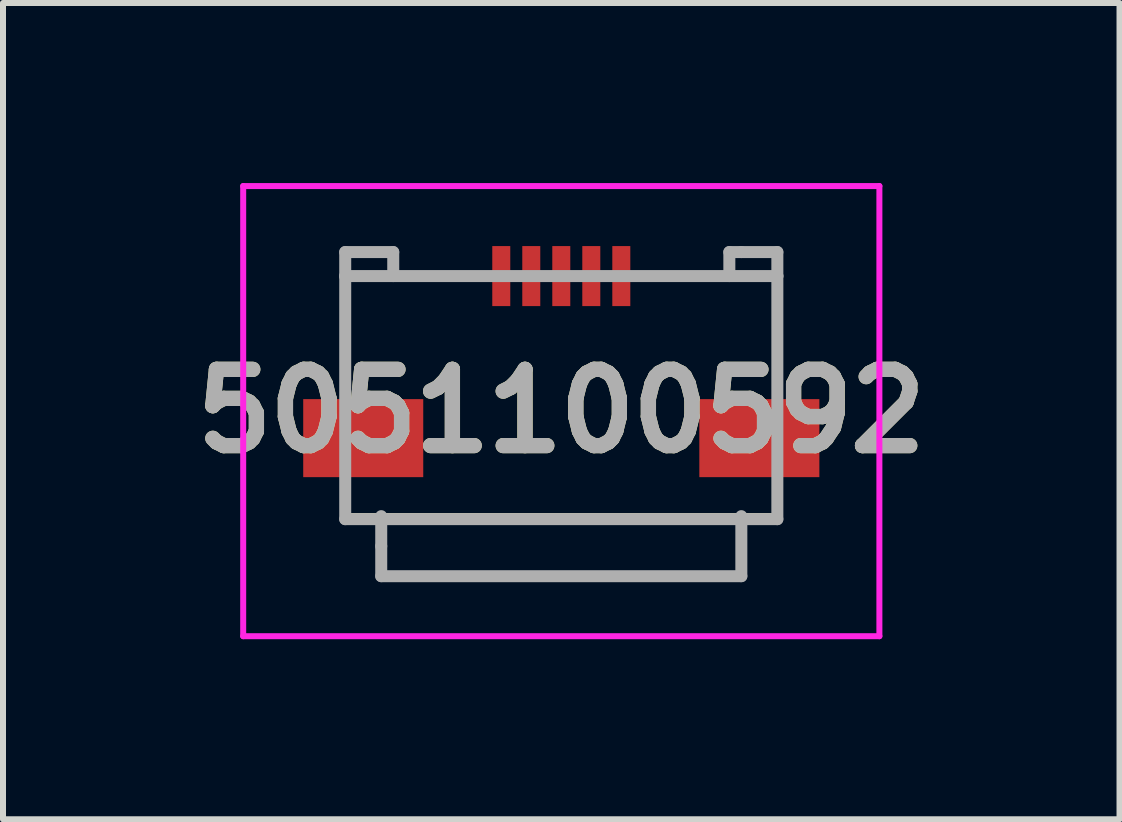
<source format=kicad_pcb>
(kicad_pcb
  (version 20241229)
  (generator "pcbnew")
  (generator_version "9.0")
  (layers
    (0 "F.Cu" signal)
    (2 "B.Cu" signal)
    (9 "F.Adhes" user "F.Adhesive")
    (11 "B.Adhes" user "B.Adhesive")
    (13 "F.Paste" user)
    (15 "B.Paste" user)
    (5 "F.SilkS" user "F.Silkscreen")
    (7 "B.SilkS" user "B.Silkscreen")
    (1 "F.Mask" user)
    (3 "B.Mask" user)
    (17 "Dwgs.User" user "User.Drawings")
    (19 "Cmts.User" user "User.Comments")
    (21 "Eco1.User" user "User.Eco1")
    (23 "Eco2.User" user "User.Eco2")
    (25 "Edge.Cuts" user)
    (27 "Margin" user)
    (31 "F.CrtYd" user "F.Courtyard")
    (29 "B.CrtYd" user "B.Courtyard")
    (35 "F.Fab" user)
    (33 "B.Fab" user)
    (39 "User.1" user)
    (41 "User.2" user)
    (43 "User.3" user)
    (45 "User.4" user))
  (footprint "5051100592"
    (layer "F.Cu")
    (at 6.302 3.85)
    (property "Reference" "5051100592" (at 0 -0.05 0) (layer "F.SilkS") (effects (font (size 1.27 1.27) (thickness 0.254))))
    (attr smd)
    (fp_line (start -3.6 -2.3) (end -3.6 -0.8) (stroke (width 0.1) (type solid)) (layer "F.SilkS"))
    (fp_line (start -3.6 1.7) (end 3.6 1.7) (stroke (width 0.1) (type solid)) (layer "F.SilkS"))
    (fp_line (start -3.5 -2.3) (end -3.6 -2.3) (stroke (width 0.1) (type solid)) (layer "F.SilkS"))
    (fp_line (start -3 1.75) (end -3 2.7) (stroke (width 0.1) (type solid)) (layer "F.SilkS"))
    (fp_line (start -3 2.7) (end 3 2.7) (stroke (width 0.1) (type solid)) (layer "F.SilkS"))
    (fp_line (start -2 -2.3) (end -3.5 -2.3) (stroke (width 0.1) (type solid)) (layer "F.SilkS"))
    (fp_line (start 1.5 -2.3) (end 3.6 -2.3) (stroke (width 0.1) (type solid)) (layer "F.SilkS"))
    (fp_line (start 3 1.75) (end 3 2.7) (stroke (width 0.1) (type solid)) (layer "F.SilkS"))
    (fp_line (start 3.6 -2.3) (end 3.6 -0.8) (stroke (width 0.1) (type solid)) (layer "F.SilkS"))
    (fp_line (start -5.3 -3.8) (end 5.3 -3.8) (stroke (width 0.1) (type solid)) (layer "F.CrtYd"))
    (fp_line (start -5.3 3.7) (end -5.3 -3.8) (stroke (width 0.1) (type solid)) (layer "F.CrtYd"))
    (fp_line (start 5.3 -3.8) (end 5.3 3.7) (stroke (width 0.1) (type solid)) (layer "F.CrtYd"))
    (fp_line (start 5.3 3.7) (end -5.3 3.7) (stroke (width 0.1) (type solid)) (layer "F.CrtYd"))
    (fp_line (start -3.6 -2.7) (end -2.8 -2.7) (stroke (width 0.2) (type solid)) (layer "F.Fab"))
    (fp_line (start -3.6 -2.3) (end -3.6 -2.7) (stroke (width 0.2) (type solid)) (layer "F.Fab"))
    (fp_line (start -3.6 -2.3) (end 3.6 -2.3) (stroke (width 0.2) (type solid)) (layer "F.Fab"))
    (fp_line (start -3.6 1.75) (end -3.6 -2.3) (stroke (width 0.2) (type solid)) (layer "F.Fab"))
    (fp_line (start -3 1.7) (end -3 2.2) (stroke (width 0.2) (type solid)) (layer "F.Fab"))
    (fp_line (start -3 2.2) (end -3 2.7) (stroke (width 0.2) (type solid)) (layer "F.Fab"))
    (fp_line (start -3 2.7) (end 3 2.7) (stroke (width 0.2) (type solid)) (layer "F.Fab"))
    (fp_line (start -2.8 -2.7) (end -2.8 -2.3) (stroke (width 0.2) (type solid)) (layer "F.Fab"))
    (fp_line (start 2.8 -2.7) (end 2.8 -2.3) (stroke (width 0.2) (type solid)) (layer "F.Fab"))
    (fp_line (start 3 -2.7) (end 2.8 -2.7) (stroke (width 0.2) (type solid)) (layer "F.Fab"))
    (fp_line (start 3 2.7) (end 3 1.7) (stroke (width 0.2) (type solid)) (layer "F.Fab"))
    (fp_line (start 3.6 -2.7) (end 3 -2.7) (stroke (width 0.2) (type solid)) (layer "F.Fab"))
    (fp_line (start 3.6 -2.3) (end 3.6 -2.7) (stroke (width 0.2) (type solid)) (layer "F.Fab"))
    (fp_line (start 3.6 -2.3) (end 3.6 1.75) (stroke (width 0.2) (type solid)) (layer "F.Fab"))
    (fp_line (start 3.6 1.75) (end -3.6 1.75) (stroke (width 0.2) (type solid)) (layer "F.Fab"))
    (fp_text user "${REFERENCE}" (at 0 -0.05 0) (layer "F.Fab") (effects (font (size 1.27 1.27) (thickness 0.254))))
    (pad "1" smd rect (at -1 -2.3) (size 0.3 1) (layers "F.Cu" "F.Mask" "F.Paste"))
    (pad "2" smd rect (at -0.5 -2.3) (size 0.3 1) (layers "F.Cu" "F.Mask" "F.Paste"))
    (pad "3" smd rect (at 0 -2.3) (size 0.3 1) (layers "F.Cu" "F.Mask" "F.Paste"))
    (pad "4" smd rect (at 0.5 -2.3) (size 0.3 1) (layers "F.Cu" "F.Mask" "F.Paste"))
    (pad "5" smd rect (at 1 -2.3) (size 0.3 1) (layers "F.Cu" "F.Mask" "F.Paste"))
    (pad "MP1" smd rect (at -3.3 0.4 90) (size 1.3 2) (layers "F.Cu" "F.Mask" "F.Paste"))
    (pad "MP2" smd rect (at 3.3 0.4 90) (size 1.3 2) (layers "F.Cu" "F.Mask" "F.Paste")))
  (gr_rect
    (start -3 -3)
    (end 15.603 10.6)
    (stroke (width 0.1) (type default))
    (fill no)
    (layer "Edge.Cuts")))
</source>
